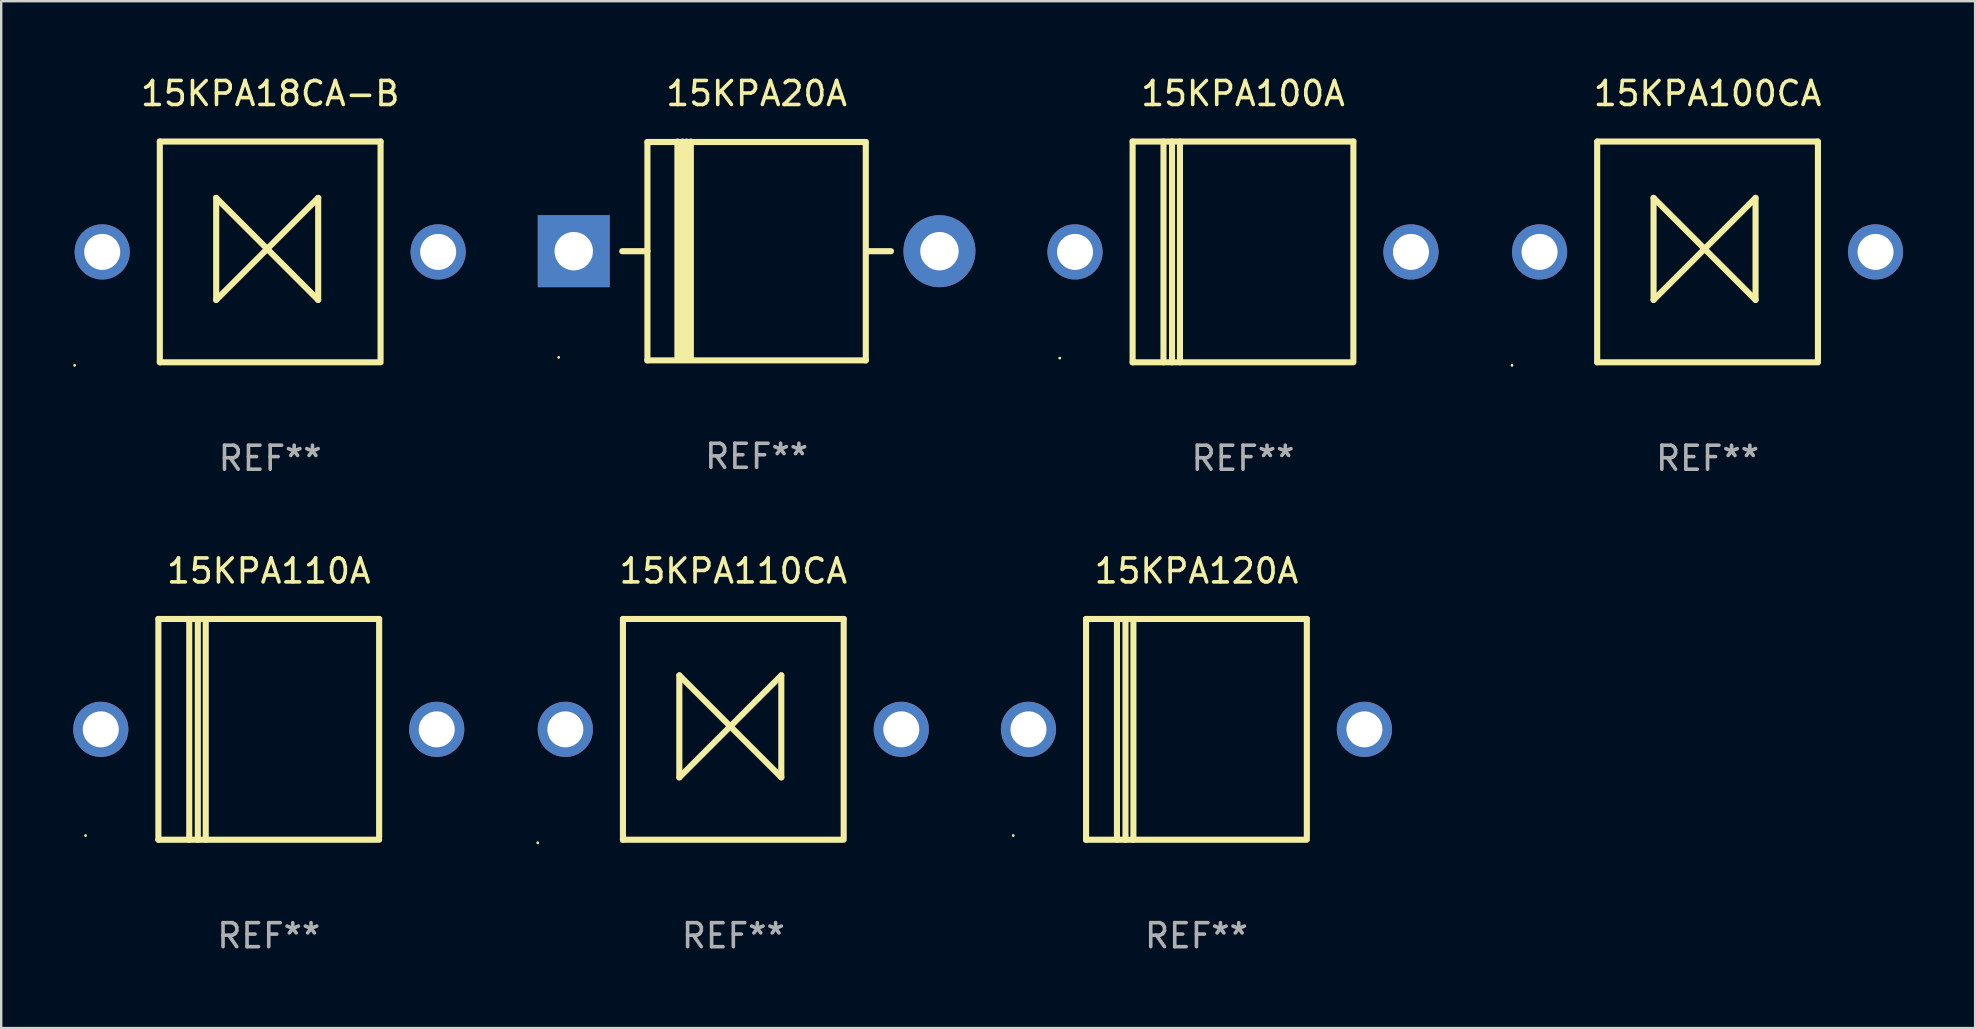
<source format=kicad_pcb>
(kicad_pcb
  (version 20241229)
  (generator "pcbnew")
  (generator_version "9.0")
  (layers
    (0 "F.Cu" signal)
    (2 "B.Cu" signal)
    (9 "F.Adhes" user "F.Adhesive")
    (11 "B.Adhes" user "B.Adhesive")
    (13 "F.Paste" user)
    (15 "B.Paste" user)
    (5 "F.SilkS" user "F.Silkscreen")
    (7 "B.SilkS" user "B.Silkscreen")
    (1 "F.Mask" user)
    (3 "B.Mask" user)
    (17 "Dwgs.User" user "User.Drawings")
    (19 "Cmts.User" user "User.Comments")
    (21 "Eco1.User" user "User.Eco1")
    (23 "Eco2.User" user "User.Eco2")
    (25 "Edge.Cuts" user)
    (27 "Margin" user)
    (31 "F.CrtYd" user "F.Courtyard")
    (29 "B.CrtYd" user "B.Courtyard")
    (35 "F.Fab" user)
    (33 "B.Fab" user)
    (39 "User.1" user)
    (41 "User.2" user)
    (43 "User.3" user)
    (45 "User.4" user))
  (footprint "15KPA100CA"
    (layer "F.Cu")
    (at 68.11 7.448)
    (property "Reference" "15KPA100CA" (at 0 -6.6 0) (layer "F.SilkS") (effects (font (size 1 1) (thickness 0.15))))
    (attr through_hole)
    (fp_line (start -4.6 -4.6) (end -4.6 4.6) (stroke (width 0.254) (type solid)) (layer "F.SilkS"))
    (fp_line (start -4.6 -4.6) (end 4.6 -4.6) (stroke (width 0.254) (type solid)) (layer "F.SilkS"))
    (fp_line (start -4.6 4.6) (end 4.6 4.6) (stroke (width 0.254) (type solid)) (layer "F.SilkS"))
    (fp_line (start -2.25 -2.25) (end -2.25 2) (stroke (width 0.254) (type solid)) (layer "F.SilkS"))
    (fp_line (start -2.25 2) (end 2 -2.25) (stroke (width 0.254) (type solid)) (layer "F.SilkS"))
    (fp_line (start 2 -2.25) (end 2 2) (stroke (width 0.254) (type solid)) (layer "F.SilkS"))
    (fp_line (start 2 2) (end -2.25 -2.25) (stroke (width 0.254) (type solid)) (layer "F.SilkS"))
    (fp_line (start 4.6 -4.6) (end 4.6 4.5) (stroke (width 0.254) (type solid)) (layer "F.SilkS"))
    (fp_circle (center -8.15 4.727) (end -8.12 4.727) (stroke (width 0.06) (type solid)) (fill no) (layer "F.SilkS"))
    (fp_text user "REF**" (at 0 8.6 0) (layer "F.Fab") (effects (font (size 1 1) (thickness 0.15))))
    (pad "1" thru_hole circle (at -7 0) (size 2.3 2.3) (drill 1.5) (layers "*.Cu" "*.Mask"))
    (pad "2" thru_hole circle (at 7 0) (size 2.3 2.3) (drill 1.5) (layers "*.Cu" "*.Mask")))
  (footprint "15KPA120A"
    (layer "F.Cu")
    (at 46.81 27.345)
    (property "Reference" "15KPA120A" (at 0 -6.6 0) (layer "F.SilkS") (effects (font (size 1 1) (thickness 0.15))))
    (attr through_hole)
    (fp_line (start -4.6 -4.6) (end -4.6 4.6) (stroke (width 0.254) (type solid)) (layer "F.SilkS"))
    (fp_line (start -4.6 -4.6) (end 4.6 -4.6) (stroke (width 0.254) (type solid)) (layer "F.SilkS"))
    (fp_line (start -4.6 4.6) (end 4.6 4.6) (stroke (width 0.254) (type solid)) (layer "F.SilkS"))
    (fp_line (start -3.313 -4.6) (end -3.313 4.6) (stroke (width 0.254) (type solid)) (layer "F.SilkS"))
    (fp_line (start -2.957 -4.6) (end -2.957 4.6) (stroke (width 0.254) (type solid)) (layer "F.SilkS"))
    (fp_line (start -2.627 -4.6) (end -2.627 4.6) (stroke (width 0.254) (type solid)) (layer "F.SilkS"))
    (fp_line (start 4.6 -4.6) (end 4.6 4.5) (stroke (width 0.254) (type solid)) (layer "F.SilkS"))
    (fp_circle (center -7.635 4.425) (end -7.605 4.425) (stroke (width 0.06) (type solid)) (fill no) (layer "F.SilkS"))
    (fp_text user "REF**" (at 0 8.6 0) (layer "F.Fab") (effects (font (size 1 1) (thickness 0.15))))
    (pad "1" thru_hole circle (at -7 0) (size 2.3 2.3) (drill 1.5) (layers "*.Cu" "*.Mask"))
    (pad "2" thru_hole circle (at 7 0) (size 2.3 2.3) (drill 1.5) (layers "*.Cu" "*.Mask")))
  (footprint "15KPA20A"
    (layer "F.Cu")
    (at 28.48 7.408)
    (property "Reference" "15KPA20A" (at 0 -6.56 0) (layer "F.SilkS") (effects (font (size 1 1) (thickness 0.15))))
    (attr through_hole)
    (fp_line (start -5.6 0.01) (end -4.55 0.01) (stroke (width 0.254) (type solid)) (layer "F.SilkS"))
    (fp_line (start -4.55 -4.54) (end -4.55 4.56) (stroke (width 0.254) (type solid)) (layer "F.SilkS"))
    (fp_line (start -4.55 -4.54) (end 4.55 -4.54) (stroke (width 0.254) (type solid)) (layer "F.SilkS"))
    (fp_line (start -3.3 4.54) (end -3.3 -4.56) (stroke (width 0.254) (type solid)) (layer "F.SilkS"))
    (fp_line (start -3.09 4.54) (end -3.09 -4.56) (stroke (width 0.254) (type solid)) (layer "F.SilkS"))
    (fp_line (start -2.919 4.541) (end -2.919 -4.559) (stroke (width 0.254) (type solid)) (layer "F.SilkS"))
    (fp_line (start -2.74 4.54) (end -2.74 -4.56) (stroke (width 0.254) (type solid)) (layer "F.SilkS"))
    (fp_line (start 4.55 4.56) (end 4.55 -4.54) (stroke (width 0.254) (type solid)) (layer "F.SilkS"))
    (fp_line (start 4.55 4.56) (end -4.55 4.56) (stroke (width 0.254) (type solid)) (layer "F.SilkS"))
    (fp_line (start 4.58 0.01) (end 5.6 0.01) (stroke (width 0.254) (type solid)) (layer "F.SilkS"))
    (fp_circle (center -8.248 4.435) (end -8.218 4.435) (stroke (width 0.06) (type solid)) (fill no) (layer "F.SilkS"))
    (fp_text user "REF**" (at 0 8.56 0) (layer "F.Fab") (effects (font (size 1 1) (thickness 0.15))))
    (pad "1" thru_hole rect (at -7.62 0.01 180) (size 3 3) (drill 1.6) (layers "*.Cu" "*.Mask"))
    (pad "2" thru_hole circle (at 7.62 0.01) (size 3 3) (drill 1.6) (layers "*.Cu" "*.Mask")))
  (footprint "15KPA100A"
    (layer "F.Cu")
    (at 48.75 7.448)
    (property "Reference" "15KPA100A" (at 0 -6.6 0) (layer "F.SilkS") (effects (font (size 1 1) (thickness 0.15))))
    (attr through_hole)
    (fp_line (start -4.6 -4.6) (end -4.6 4.6) (stroke (width 0.254) (type solid)) (layer "F.SilkS"))
    (fp_line (start -4.6 -4.6) (end 4.6 -4.6) (stroke (width 0.254) (type solid)) (layer "F.SilkS"))
    (fp_line (start -4.6 4.6) (end 4.6 4.6) (stroke (width 0.254) (type solid)) (layer "F.SilkS"))
    (fp_line (start -3.313 -4.6) (end -3.313 4.6) (stroke (width 0.254) (type solid)) (layer "F.SilkS"))
    (fp_line (start -2.957 -4.6) (end -2.957 4.6) (stroke (width 0.254) (type solid)) (layer "F.SilkS"))
    (fp_line (start -2.627 -4.6) (end -2.627 4.6) (stroke (width 0.254) (type solid)) (layer "F.SilkS"))
    (fp_line (start 4.6 -4.6) (end 4.6 4.5) (stroke (width 0.254) (type solid)) (layer "F.SilkS"))
    (fp_circle (center -7.635 4.425) (end -7.605 4.425) (stroke (width 0.06) (type solid)) (fill no) (layer "F.SilkS"))
    (fp_text user "REF**" (at 0 8.6 0) (layer "F.Fab") (effects (font (size 1 1) (thickness 0.15))))
    (pad "1" thru_hole circle (at -7 0) (size 2.3 2.3) (drill 1.5) (layers "*.Cu" "*.Mask"))
    (pad "2" thru_hole circle (at 7 0) (size 2.3 2.3) (drill 1.5) (layers "*.Cu" "*.Mask")))
  (footprint "15KPA18CA-B"
    (layer "F.Cu")
    (at 8.21 7.448)
    (property "Reference" "15KPA18CA-B" (at 0 -6.6 0) (layer "F.SilkS") (effects (font (size 1 1) (thickness 0.15))))
    (attr through_hole)
    (fp_line (start -4.6 -4.6) (end -4.6 4.6) (stroke (width 0.254) (type solid)) (layer "F.SilkS"))
    (fp_line (start -4.6 -4.6) (end 4.6 -4.6) (stroke (width 0.254) (type solid)) (layer "F.SilkS"))
    (fp_line (start -4.6 4.6) (end 4.6 4.6) (stroke (width 0.254) (type solid)) (layer "F.SilkS"))
    (fp_line (start -2.25 -2.25) (end -2.25 2) (stroke (width 0.254) (type solid)) (layer "F.SilkS"))
    (fp_line (start -2.25 2) (end 2 -2.25) (stroke (width 0.254) (type solid)) (layer "F.SilkS"))
    (fp_line (start 2 -2.25) (end 2 2) (stroke (width 0.254) (type solid)) (layer "F.SilkS"))
    (fp_line (start 2 2) (end -2.25 -2.25) (stroke (width 0.254) (type solid)) (layer "F.SilkS"))
    (fp_line (start 4.6 -4.6) (end 4.6 4.5) (stroke (width 0.254) (type solid)) (layer "F.SilkS"))
    (fp_circle (center -8.15 4.727) (end -8.12 4.727) (stroke (width 0.06) (type solid)) (fill no) (layer "F.SilkS"))
    (fp_text user "REF**" (at 0 8.6 0) (layer "F.Fab") (effects (font (size 1 1) (thickness 0.15))))
    (pad "1" thru_hole circle (at -7 0) (size 2.3 2.3) (drill 1.5) (layers "*.Cu" "*.Mask"))
    (pad "2" thru_hole circle (at 7 0) (size 2.3 2.3) (drill 1.5) (layers "*.Cu" "*.Mask")))
  (footprint "15KPA110CA"
    (layer "F.Cu")
    (at 27.51 27.345)
    (property "Reference" "15KPA110CA" (at 0 -6.6 0) (layer "F.SilkS") (effects (font (size 1 1) (thickness 0.15))))
    (attr through_hole)
    (fp_line (start -4.6 -4.6) (end -4.6 4.6) (stroke (width 0.254) (type solid)) (layer "F.SilkS"))
    (fp_line (start -4.6 -4.6) (end 4.6 -4.6) (stroke (width 0.254) (type solid)) (layer "F.SilkS"))
    (fp_line (start -4.6 4.6) (end 4.6 4.6) (stroke (width 0.254) (type solid)) (layer "F.SilkS"))
    (fp_line (start -2.25 -2.25) (end -2.25 2) (stroke (width 0.254) (type solid)) (layer "F.SilkS"))
    (fp_line (start -2.25 2) (end 2 -2.25) (stroke (width 0.254) (type solid)) (layer "F.SilkS"))
    (fp_line (start 2 -2.25) (end 2 2) (stroke (width 0.254) (type solid)) (layer "F.SilkS"))
    (fp_line (start 2 2) (end -2.25 -2.25) (stroke (width 0.254) (type solid)) (layer "F.SilkS"))
    (fp_line (start 4.6 -4.6) (end 4.6 4.5) (stroke (width 0.254) (type solid)) (layer "F.SilkS"))
    (fp_circle (center -8.15 4.727) (end -8.12 4.727) (stroke (width 0.06) (type solid)) (fill no) (layer "F.SilkS"))
    (fp_text user "REF**" (at 0 8.6 0) (layer "F.Fab") (effects (font (size 1 1) (thickness 0.15))))
    (pad "1" thru_hole circle (at -7 0) (size 2.3 2.3) (drill 1.5) (layers "*.Cu" "*.Mask"))
    (pad "2" thru_hole circle (at 7 0) (size 2.3 2.3) (drill 1.5) (layers "*.Cu" "*.Mask")))
  (footprint "15KPA110A"
    (layer "F.Cu")
    (at 8.15 27.345)
    (property "Reference" "15KPA110A" (at 0 -6.6 0) (layer "F.SilkS") (effects (font (size 1 1) (thickness 0.15))))
    (attr through_hole)
    (fp_line (start -4.6 -4.6) (end -4.6 4.6) (stroke (width 0.254) (type solid)) (layer "F.SilkS"))
    (fp_line (start -4.6 -4.6) (end 4.6 -4.6) (stroke (width 0.254) (type solid)) (layer "F.SilkS"))
    (fp_line (start -4.6 4.6) (end 4.6 4.6) (stroke (width 0.254) (type solid)) (layer "F.SilkS"))
    (fp_line (start -3.313 -4.6) (end -3.313 4.6) (stroke (width 0.254) (type solid)) (layer "F.SilkS"))
    (fp_line (start -2.957 -4.6) (end -2.957 4.6) (stroke (width 0.254) (type solid)) (layer "F.SilkS"))
    (fp_line (start -2.627 -4.6) (end -2.627 4.6) (stroke (width 0.254) (type solid)) (layer "F.SilkS"))
    (fp_line (start 4.6 -4.6) (end 4.6 4.5) (stroke (width 0.254) (type solid)) (layer "F.SilkS"))
    (fp_circle (center -7.635 4.425) (end -7.605 4.425) (stroke (width 0.06) (type solid)) (fill no) (layer "F.SilkS"))
    (fp_text user "REF**" (at 0 8.6 0) (layer "F.Fab") (effects (font (size 1 1) (thickness 0.15))))
    (pad "1" thru_hole circle (at -7 0) (size 2.3 2.3) (drill 1.5) (layers "*.Cu" "*.Mask"))
    (pad "2" thru_hole circle (at 7 0) (size 2.3 2.3) (drill 1.5) (layers "*.Cu" "*.Mask")))
  (gr_rect
    (start -3 -3)
    (end 79.26 39.793)
    (stroke (width 0.1) (type default))
    (fill no)
    (layer "Edge.Cuts")))
</source>
